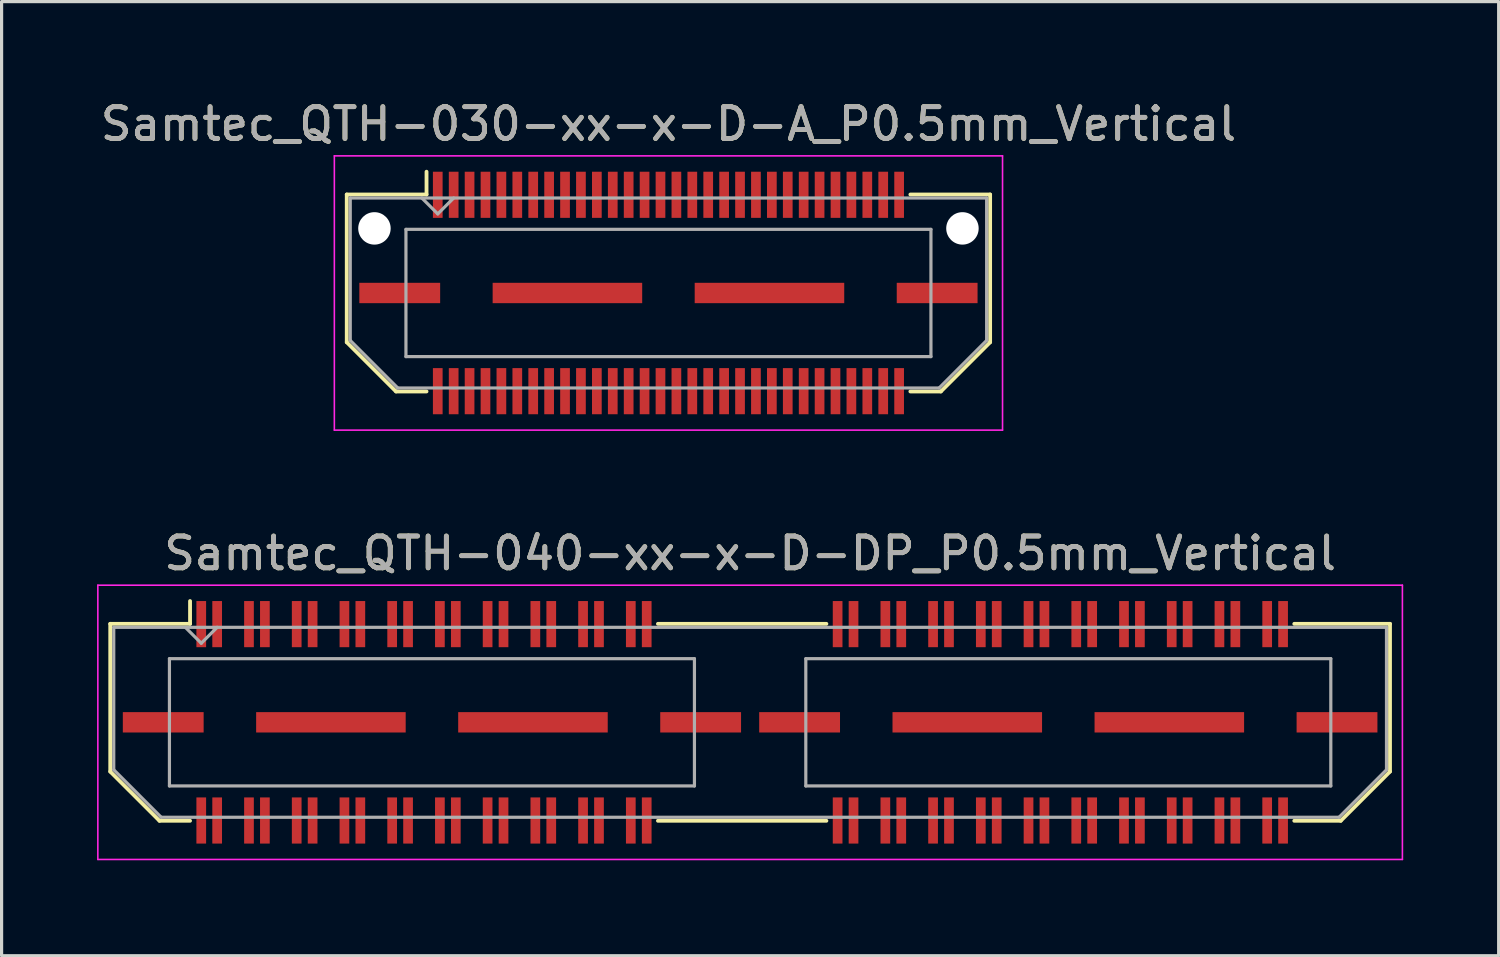
<source format=kicad_pcb>
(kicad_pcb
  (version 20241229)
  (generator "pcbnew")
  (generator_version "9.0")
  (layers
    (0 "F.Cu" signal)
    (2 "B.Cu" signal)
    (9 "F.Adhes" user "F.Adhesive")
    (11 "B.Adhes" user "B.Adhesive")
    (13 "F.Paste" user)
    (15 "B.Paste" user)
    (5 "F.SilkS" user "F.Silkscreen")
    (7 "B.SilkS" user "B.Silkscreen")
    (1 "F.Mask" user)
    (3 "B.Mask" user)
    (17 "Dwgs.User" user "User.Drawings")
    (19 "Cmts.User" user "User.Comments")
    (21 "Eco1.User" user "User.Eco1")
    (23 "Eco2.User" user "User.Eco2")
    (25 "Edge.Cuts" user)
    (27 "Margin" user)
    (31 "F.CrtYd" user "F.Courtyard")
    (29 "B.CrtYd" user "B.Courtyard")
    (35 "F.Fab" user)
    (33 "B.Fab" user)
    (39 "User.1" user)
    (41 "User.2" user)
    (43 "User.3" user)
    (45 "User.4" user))
  (footprint "Samtec_QTH-040-xx-x-D-DP_P0.5mm_Vertical"
    (layer "F.Cu")
    (at 20.525 19.651)
    (property "Reference" "Samtec_QTH-040-xx-x-D-DP_P0.5mm_Vertical" (at 0 -5.31 0) (layer "F.SilkS") (effects (font (size 1 1) (thickness 0.15))))
    (attr smd)
    (fp_line (start -20.11 -3.095) (end -20.11 1.548) (stroke (width 0.12) (type solid)) (layer "F.SilkS"))
    (fp_line (start -20.11 1.548) (end -18.562 3.095) (stroke (width 0.12) (type solid)) (layer "F.SilkS"))
    (fp_line (start -18.562 3.095) (end -17.602 3.095) (stroke (width 0.12) (type solid)) (layer "F.SilkS"))
    (fp_line (start -17.602 -3.811) (end -17.602 -3.095) (stroke (width 0.12) (type solid)) (layer "F.SilkS"))
    (fp_line (start -17.602 -3.095) (end -20.11 -3.095) (stroke (width 0.12) (type solid)) (layer "F.SilkS"))
    (fp_line (start -2.897 -3.095) (end 2.397 -3.095) (stroke (width 0.12) (type solid)) (layer "F.SilkS"))
    (fp_line (start -2.897 3.095) (end 2.397 3.095) (stroke (width 0.12) (type solid)) (layer "F.SilkS"))
    (fp_line (start 17.102 -3.095) (end 20.11 -3.095) (stroke (width 0.12) (type solid)) (layer "F.SilkS"))
    (fp_line (start 18.562 3.095) (end 17.102 3.095) (stroke (width 0.12) (type solid)) (layer "F.SilkS"))
    (fp_line (start 20.11 -3.095) (end 20.11 1.548) (stroke (width 0.12) (type solid)) (layer "F.SilkS"))
    (fp_line (start 20.11 1.548) (end 18.562 3.095) (stroke (width 0.12) (type solid)) (layer "F.SilkS"))
    (fp_line (start -20.5 -4.31) (end -20.5 4.31) (stroke (width 0.05) (type solid)) (layer "F.CrtYd"))
    (fp_line (start -20.5 4.31) (end 20.5 4.31) (stroke (width 0.05) (type solid)) (layer "F.CrtYd"))
    (fp_line (start 20.5 -4.31) (end -20.5 -4.31) (stroke (width 0.05) (type solid)) (layer "F.CrtYd"))
    (fp_line (start 20.5 4.31) (end 20.5 -4.31) (stroke (width 0.05) (type solid)) (layer "F.CrtYd"))
    (fp_line (start -20 -2.985) (end -20 1.492) (stroke (width 0.1) (type solid)) (layer "F.Fab"))
    (fp_line (start -20 -2.985) (end 20 -2.985) (stroke (width 0.1) (type solid)) (layer "F.Fab"))
    (fp_line (start -20 1.492) (end -18.508 2.985) (stroke (width 0.1) (type solid)) (layer "F.Fab"))
    (fp_line (start -18.508 2.985) (end 18.508 2.985) (stroke (width 0.1) (type solid)) (layer "F.Fab"))
    (fp_line (start -18.25 -2) (end -18.25 2) (stroke (width 0.1) (type solid)) (layer "F.Fab"))
    (fp_line (start -18.25 2) (end -1.75 2) (stroke (width 0.1) (type solid)) (layer "F.Fab"))
    (fp_line (start -17.25 -2.485) (end -17.75 -2.985) (stroke (width 0.1) (type solid)) (layer "F.Fab"))
    (fp_line (start -16.75 -2.985) (end -17.25 -2.485) (stroke (width 0.1) (type solid)) (layer "F.Fab"))
    (fp_line (start -1.75 -2) (end -18.25 -2) (stroke (width 0.1) (type solid)) (layer "F.Fab"))
    (fp_line (start -1.75 2) (end -1.75 -2) (stroke (width 0.1) (type solid)) (layer "F.Fab"))
    (fp_line (start 1.75 -2) (end 1.75 2) (stroke (width 0.1) (type solid)) (layer "F.Fab"))
    (fp_line (start 1.75 2) (end 18.25 2) (stroke (width 0.1) (type solid)) (layer "F.Fab"))
    (fp_line (start 18.25 -2) (end 1.75 -2) (stroke (width 0.1) (type solid)) (layer "F.Fab"))
    (fp_line (start 18.25 2) (end 18.25 -2) (stroke (width 0.1) (type solid)) (layer "F.Fab"))
    (fp_line (start 20 -2.985) (end 20 1.492) (stroke (width 0.1) (type solid)) (layer "F.Fab"))
    (fp_line (start 20 1.492) (end 18.508 2.985) (stroke (width 0.1) (type solid)) (layer "F.Fab"))
    (fp_text user "${REFERENCE}" (at 0 -5.31 0) (layer "F.Fab") (effects (font (size 1 1) (thickness 0.15))))
    (pad "1" smd rect (at -17.25 -3.086) (size 0.305 1.45) (layers "F.Cu" "F.Mask" "F.Paste"))
    (pad "2" smd rect (at -17.25 3.086) (size 0.305 1.45) (layers "F.Cu" "F.Mask" "F.Paste"))
    (pad "3" smd rect (at -16.75 -3.086) (size 0.305 1.45) (layers "F.Cu" "F.Mask" "F.Paste"))
    (pad "4" smd rect (at -16.75 3.086) (size 0.305 1.45) (layers "F.Cu" "F.Mask" "F.Paste"))
    (pad "5" smd rect (at -15.75 -3.086) (size 0.305 1.45) (layers "F.Cu" "F.Mask" "F.Paste"))
    (pad "6" smd rect (at -15.75 3.086) (size 0.305 1.45) (layers "F.Cu" "F.Mask" "F.Paste"))
    (pad "7" smd rect (at -15.25 -3.086) (size 0.305 1.45) (layers "F.Cu" "F.Mask" "F.Paste"))
    (pad "8" smd rect (at -15.25 3.086) (size 0.305 1.45) (layers "F.Cu" "F.Mask" "F.Paste"))
    (pad "9" smd rect (at -14.25 -3.086) (size 0.305 1.45) (layers "F.Cu" "F.Mask" "F.Paste"))
    (pad "10" smd rect (at -14.25 3.086) (size 0.305 1.45) (layers "F.Cu" "F.Mask" "F.Paste"))
    (pad "11" smd rect (at -13.75 -3.086) (size 0.305 1.45) (layers "F.Cu" "F.Mask" "F.Paste"))
    (pad "12" smd rect (at -13.75 3.086) (size 0.305 1.45) (layers "F.Cu" "F.Mask" "F.Paste"))
    (pad "13" smd rect (at -12.75 -3.086) (size 0.305 1.45) (layers "F.Cu" "F.Mask" "F.Paste"))
    (pad "14" smd rect (at -12.75 3.086) (size 0.305 1.45) (layers "F.Cu" "F.Mask" "F.Paste"))
    (pad "15" smd rect (at -12.25 -3.086) (size 0.305 1.45) (layers "F.Cu" "F.Mask" "F.Paste"))
    (pad "16" smd rect (at -12.25 3.086) (size 0.305 1.45) (layers "F.Cu" "F.Mask" "F.Paste"))
    (pad "17" smd rect (at -11.25 -3.086) (size 0.305 1.45) (layers "F.Cu" "F.Mask" "F.Paste"))
    (pad "18" smd rect (at -11.25 3.086) (size 0.305 1.45) (layers "F.Cu" "F.Mask" "F.Paste"))
    (pad "19" smd rect (at -10.75 -3.086) (size 0.305 1.45) (layers "F.Cu" "F.Mask" "F.Paste"))
    (pad "20" smd rect (at -10.75 3.086) (size 0.305 1.45) (layers "F.Cu" "F.Mask" "F.Paste"))
    (pad "21" smd rect (at -9.75 -3.086) (size 0.305 1.45) (layers "F.Cu" "F.Mask" "F.Paste"))
    (pad "22" smd rect (at -9.75 3.086) (size 0.305 1.45) (layers "F.Cu" "F.Mask" "F.Paste"))
    (pad "23" smd rect (at -9.25 -3.086) (size 0.305 1.45) (layers "F.Cu" "F.Mask" "F.Paste"))
    (pad "24" smd rect (at -9.25 3.086) (size 0.305 1.45) (layers "F.Cu" "F.Mask" "F.Paste"))
    (pad "25" smd rect (at -8.25 -3.086) (size 0.305 1.45) (layers "F.Cu" "F.Mask" "F.Paste"))
    (pad "26" smd rect (at -8.25 3.086) (size 0.305 1.45) (layers "F.Cu" "F.Mask" "F.Paste"))
    (pad "27" smd rect (at -7.75 -3.086) (size 0.305 1.45) (layers "F.Cu" "F.Mask" "F.Paste"))
    (pad "28" smd rect (at -7.75 3.086) (size 0.305 1.45) (layers "F.Cu" "F.Mask" "F.Paste"))
    (pad "29" smd rect (at -6.75 -3.086) (size 0.305 1.45) (layers "F.Cu" "F.Mask" "F.Paste"))
    (pad "30" smd rect (at -6.75 3.086) (size 0.305 1.45) (layers "F.Cu" "F.Mask" "F.Paste"))
    (pad "31" smd rect (at -6.25 -3.086) (size 0.305 1.45) (layers "F.Cu" "F.Mask" "F.Paste"))
    (pad "32" smd rect (at -6.25 3.086) (size 0.305 1.45) (layers "F.Cu" "F.Mask" "F.Paste"))
    (pad "33" smd rect (at -5.25 -3.086) (size 0.305 1.45) (layers "F.Cu" "F.Mask" "F.Paste"))
    (pad "34" smd rect (at -5.25 3.086) (size 0.305 1.45) (layers "F.Cu" "F.Mask" "F.Paste"))
    (pad "35" smd rect (at -4.75 -3.086) (size 0.305 1.45) (layers "F.Cu" "F.Mask" "F.Paste"))
    (pad "36" smd rect (at -4.75 3.086) (size 0.305 1.45) (layers "F.Cu" "F.Mask" "F.Paste"))
    (pad "37" smd rect (at -3.75 -3.086) (size 0.305 1.45) (layers "F.Cu" "F.Mask" "F.Paste"))
    (pad "38" smd rect (at -3.75 3.086) (size 0.305 1.45) (layers "F.Cu" "F.Mask" "F.Paste"))
    (pad "39" smd rect (at -3.25 -3.086) (size 0.305 1.45) (layers "F.Cu" "F.Mask" "F.Paste"))
    (pad "40" smd rect (at -3.25 3.086) (size 0.305 1.45) (layers "F.Cu" "F.Mask" "F.Paste"))
    (pad "41" smd rect (at 2.75 -3.086) (size 0.305 1.45) (layers "F.Cu" "F.Mask" "F.Paste"))
    (pad "42" smd rect (at 2.75 3.086) (size 0.305 1.45) (layers "F.Cu" "F.Mask" "F.Paste"))
    (pad "43" smd rect (at 3.25 -3.086) (size 0.305 1.45) (layers "F.Cu" "F.Mask" "F.Paste"))
    (pad "44" smd rect (at 3.25 3.086) (size 0.305 1.45) (layers "F.Cu" "F.Mask" "F.Paste"))
    (pad "45" smd rect (at 4.25 -3.086) (size 0.305 1.45) (layers "F.Cu" "F.Mask" "F.Paste"))
    (pad "46" smd rect (at 4.25 3.086) (size 0.305 1.45) (layers "F.Cu" "F.Mask" "F.Paste"))
    (pad "47" smd rect (at 4.75 -3.086) (size 0.305 1.45) (layers "F.Cu" "F.Mask" "F.Paste"))
    (pad "48" smd rect (at 4.75 3.086) (size 0.305 1.45) (layers "F.Cu" "F.Mask" "F.Paste"))
    (pad "49" smd rect (at 5.75 -3.086) (size 0.305 1.45) (layers "F.Cu" "F.Mask" "F.Paste"))
    (pad "50" smd rect (at 5.75 3.086) (size 0.305 1.45) (layers "F.Cu" "F.Mask" "F.Paste"))
    (pad "51" smd rect (at 6.25 -3.086) (size 0.305 1.45) (layers "F.Cu" "F.Mask" "F.Paste"))
    (pad "52" smd rect (at 6.25 3.086) (size 0.305 1.45) (layers "F.Cu" "F.Mask" "F.Paste"))
    (pad "53" smd rect (at 7.25 -3.086) (size 0.305 1.45) (layers "F.Cu" "F.Mask" "F.Paste"))
    (pad "54" smd rect (at 7.25 3.086) (size 0.305 1.45) (layers "F.Cu" "F.Mask" "F.Paste"))
    (pad "55" smd rect (at 7.75 -3.086) (size 0.305 1.45) (layers "F.Cu" "F.Mask" "F.Paste"))
    (pad "56" smd rect (at 7.75 3.086) (size 0.305 1.45) (layers "F.Cu" "F.Mask" "F.Paste"))
    (pad "57" smd rect (at 8.75 -3.086) (size 0.305 1.45) (layers "F.Cu" "F.Mask" "F.Paste"))
    (pad "58" smd rect (at 8.75 3.086) (size 0.305 1.45) (layers "F.Cu" "F.Mask" "F.Paste"))
    (pad "59" smd rect (at 9.25 -3.086) (size 0.305 1.45) (layers "F.Cu" "F.Mask" "F.Paste"))
    (pad "60" smd rect (at 9.25 3.086) (size 0.305 1.45) (layers "F.Cu" "F.Mask" "F.Paste"))
    (pad "61" smd rect (at 10.25 -3.086) (size 0.305 1.45) (layers "F.Cu" "F.Mask" "F.Paste"))
    (pad "62" smd rect (at 10.25 3.086) (size 0.305 1.45) (layers "F.Cu" "F.Mask" "F.Paste"))
    (pad "63" smd rect (at 10.75 -3.086) (size 0.305 1.45) (layers "F.Cu" "F.Mask" "F.Paste"))
    (pad "64" smd rect (at 10.75 3.086) (size 0.305 1.45) (layers "F.Cu" "F.Mask" "F.Paste"))
    (pad "65" smd rect (at 11.75 -3.086) (size 0.305 1.45) (layers "F.Cu" "F.Mask" "F.Paste"))
    (pad "66" smd rect (at 11.75 3.086) (size 0.305 1.45) (layers "F.Cu" "F.Mask" "F.Paste"))
    (pad "67" smd rect (at 12.25 -3.086) (size 0.305 1.45) (layers "F.Cu" "F.Mask" "F.Paste"))
    (pad "68" smd rect (at 12.25 3.086) (size 0.305 1.45) (layers "F.Cu" "F.Mask" "F.Paste"))
    (pad "69" smd rect (at 13.25 -3.086) (size 0.305 1.45) (layers "F.Cu" "F.Mask" "F.Paste"))
    (pad "70" smd rect (at 13.25 3.086) (size 0.305 1.45) (layers "F.Cu" "F.Mask" "F.Paste"))
    (pad "71" smd rect (at 13.75 -3.086) (size 0.305 1.45) (layers "F.Cu" "F.Mask" "F.Paste"))
    (pad "72" smd rect (at 13.75 3.086) (size 0.305 1.45) (layers "F.Cu" "F.Mask" "F.Paste"))
    (pad "73" smd rect (at 14.75 -3.086) (size 0.305 1.45) (layers "F.Cu" "F.Mask" "F.Paste"))
    (pad "74" smd rect (at 14.75 3.086) (size 0.305 1.45) (layers "F.Cu" "F.Mask" "F.Paste"))
    (pad "75" smd rect (at 15.25 -3.086) (size 0.305 1.45) (layers "F.Cu" "F.Mask" "F.Paste"))
    (pad "76" smd rect (at 15.25 3.086) (size 0.305 1.45) (layers "F.Cu" "F.Mask" "F.Paste"))
    (pad "77" smd rect (at 16.25 -3.086) (size 0.305 1.45) (layers "F.Cu" "F.Mask" "F.Paste"))
    (pad "78" smd rect (at 16.25 3.086) (size 0.305 1.45) (layers "F.Cu" "F.Mask" "F.Paste"))
    (pad "79" smd rect (at 16.75 -3.086) (size 0.305 1.45) (layers "F.Cu" "F.Mask" "F.Paste"))
    (pad "80" smd rect (at 16.75 3.086) (size 0.305 1.45) (layers "F.Cu" "F.Mask" "F.Paste"))
    (pad "P1" smd rect (at -18.445 0) (size 2.54 0.64) (layers "F.Cu" "F.Mask" "F.Paste"))
    (pad "P1" smd rect (at -13.175 0) (size 4.7 0.64) (layers "F.Cu" "F.Mask" "F.Paste"))
    (pad "P1" smd rect (at -6.825 0) (size 4.7 0.64) (layers "F.Cu" "F.Mask" "F.Paste"))
    (pad "P1" smd rect (at -1.555 0) (size 2.54 0.64) (layers "F.Cu" "F.Mask" "F.Paste"))
    (pad "P2" smd rect (at 1.555 0) (size 2.54 0.64) (layers "F.Cu" "F.Mask" "F.Paste"))
    (pad "P2" smd rect (at 6.825 0) (size 4.7 0.64) (layers "F.Cu" "F.Mask" "F.Paste"))
    (pad "P2" smd rect (at 13.175 0) (size 4.7 0.64) (layers "F.Cu" "F.Mask" "F.Paste"))
    (pad "P2" smd rect (at 18.445 0) (size 2.54 0.64) (layers "F.Cu" "F.Mask" "F.Paste")))
  (footprint "Samtec_QTH-030-xx-x-D-A_P0.5mm_Vertical"
    (layer "F.Cu")
    (at 17.958 6.158)
    (property "Reference" "Samtec_QTH-030-xx-x-D-A_P0.5mm_Vertical" (at 0 -5.31 0) (layer "F.SilkS") (effects (font (size 1 1) (thickness 0.15))))
    (attr smd)
    (fp_line (start -10.11 -3.095) (end -10.11 1.548) (stroke (width 0.12) (type solid)) (layer "F.SilkS"))
    (fp_line (start -10.11 1.548) (end -8.562 3.095) (stroke (width 0.12) (type solid)) (layer "F.SilkS"))
    (fp_line (start -8.562 3.095) (end -7.603 3.095) (stroke (width 0.12) (type solid)) (layer "F.SilkS"))
    (fp_line (start -7.603 -3.811) (end -7.603 -3.095) (stroke (width 0.12) (type solid)) (layer "F.SilkS"))
    (fp_line (start -7.603 -3.095) (end -10.11 -3.095) (stroke (width 0.12) (type solid)) (layer "F.SilkS"))
    (fp_line (start 7.603 -3.095) (end 10.11 -3.095) (stroke (width 0.12) (type solid)) (layer "F.SilkS"))
    (fp_line (start 8.562 3.095) (end 7.603 3.095) (stroke (width 0.12) (type solid)) (layer "F.SilkS"))
    (fp_line (start 10.11 -3.095) (end 10.11 1.548) (stroke (width 0.12) (type solid)) (layer "F.SilkS"))
    (fp_line (start 10.11 1.548) (end 8.562 3.095) (stroke (width 0.12) (type solid)) (layer "F.SilkS"))
    (fp_line (start -10.5 -4.31) (end -10.5 4.31) (stroke (width 0.05) (type solid)) (layer "F.CrtYd"))
    (fp_line (start -10.5 4.31) (end 10.5 4.31) (stroke (width 0.05) (type solid)) (layer "F.CrtYd"))
    (fp_line (start 10.5 -4.31) (end -10.5 -4.31) (stroke (width 0.05) (type solid)) (layer "F.CrtYd"))
    (fp_line (start 10.5 4.31) (end 10.5 -4.31) (stroke (width 0.05) (type solid)) (layer "F.CrtYd"))
    (fp_line (start -10 -2.985) (end -10 1.492) (stroke (width 0.1) (type solid)) (layer "F.Fab"))
    (fp_line (start -10 -2.985) (end 10 -2.985) (stroke (width 0.1) (type solid)) (layer "F.Fab"))
    (fp_line (start -10 1.492) (end -8.508 2.985) (stroke (width 0.1) (type solid)) (layer "F.Fab"))
    (fp_line (start -8.508 2.985) (end 8.508 2.985) (stroke (width 0.1) (type solid)) (layer "F.Fab"))
    (fp_line (start -8.25 -2) (end -8.25 2) (stroke (width 0.1) (type solid)) (layer "F.Fab"))
    (fp_line (start -8.25 2) (end 8.25 2) (stroke (width 0.1) (type solid)) (layer "F.Fab"))
    (fp_line (start -7.25 -2.485) (end -7.75 -2.985) (stroke (width 0.1) (type solid)) (layer "F.Fab"))
    (fp_line (start -6.75 -2.985) (end -7.25 -2.485) (stroke (width 0.1) (type solid)) (layer "F.Fab"))
    (fp_line (start 8.25 -2) (end -8.25 -2) (stroke (width 0.1) (type solid)) (layer "F.Fab"))
    (fp_line (start 8.25 2) (end 8.25 -2) (stroke (width 0.1) (type solid)) (layer "F.Fab"))
    (fp_line (start 10 -2.985) (end 10 1.492) (stroke (width 0.1) (type solid)) (layer "F.Fab"))
    (fp_line (start 10 1.492) (end 8.508 2.985) (stroke (width 0.1) (type solid)) (layer "F.Fab"))
    (fp_text user "${REFERENCE}" (at 0 -5.31 0) (layer "F.Fab") (effects (font (size 1 1) (thickness 0.15))))
    (pad "" np_thru_hole circle (at -9.24 -2.03) (size 1.02 1.02) (drill 1.02) (layers "*.Cu" "*.Mask"))
    (pad "" np_thru_hole circle (at 9.24 -2.03) (size 1.02 1.02) (drill 1.02) (layers "*.Cu" "*.Mask"))
    (pad "1" smd rect (at -7.25 -3.086) (size 0.305 1.45) (layers "F.Cu" "F.Mask" "F.Paste"))
    (pad "2" smd rect (at -7.25 3.086) (size 0.305 1.45) (layers "F.Cu" "F.Mask" "F.Paste"))
    (pad "3" smd rect (at -6.75 -3.086) (size 0.305 1.45) (layers "F.Cu" "F.Mask" "F.Paste"))
    (pad "4" smd rect (at -6.75 3.086) (size 0.305 1.45) (layers "F.Cu" "F.Mask" "F.Paste"))
    (pad "5" smd rect (at -6.25 -3.086) (size 0.305 1.45) (layers "F.Cu" "F.Mask" "F.Paste"))
    (pad "6" smd rect (at -6.25 3.086) (size 0.305 1.45) (layers "F.Cu" "F.Mask" "F.Paste"))
    (pad "7" smd rect (at -5.75 -3.086) (size 0.305 1.45) (layers "F.Cu" "F.Mask" "F.Paste"))
    (pad "8" smd rect (at -5.75 3.086) (size 0.305 1.45) (layers "F.Cu" "F.Mask" "F.Paste"))
    (pad "9" smd rect (at -5.25 -3.086) (size 0.305 1.45) (layers "F.Cu" "F.Mask" "F.Paste"))
    (pad "10" smd rect (at -5.25 3.086) (size 0.305 1.45) (layers "F.Cu" "F.Mask" "F.Paste"))
    (pad "11" smd rect (at -4.75 -3.086) (size 0.305 1.45) (layers "F.Cu" "F.Mask" "F.Paste"))
    (pad "12" smd rect (at -4.75 3.086) (size 0.305 1.45) (layers "F.Cu" "F.Mask" "F.Paste"))
    (pad "13" smd rect (at -4.25 -3.086) (size 0.305 1.45) (layers "F.Cu" "F.Mask" "F.Paste"))
    (pad "14" smd rect (at -4.25 3.086) (size 0.305 1.45) (layers "F.Cu" "F.Mask" "F.Paste"))
    (pad "15" smd rect (at -3.75 -3.086) (size 0.305 1.45) (layers "F.Cu" "F.Mask" "F.Paste"))
    (pad "16" smd rect (at -3.75 3.086) (size 0.305 1.45) (layers "F.Cu" "F.Mask" "F.Paste"))
    (pad "17" smd rect (at -3.25 -3.086) (size 0.305 1.45) (layers "F.Cu" "F.Mask" "F.Paste"))
    (pad "18" smd rect (at -3.25 3.086) (size 0.305 1.45) (layers "F.Cu" "F.Mask" "F.Paste"))
    (pad "19" smd rect (at -2.75 -3.086) (size 0.305 1.45) (layers "F.Cu" "F.Mask" "F.Paste"))
    (pad "20" smd rect (at -2.75 3.086) (size 0.305 1.45) (layers "F.Cu" "F.Mask" "F.Paste"))
    (pad "21" smd rect (at -2.25 -3.086) (size 0.305 1.45) (layers "F.Cu" "F.Mask" "F.Paste"))
    (pad "22" smd rect (at -2.25 3.086) (size 0.305 1.45) (layers "F.Cu" "F.Mask" "F.Paste"))
    (pad "23" smd rect (at -1.75 -3.086) (size 0.305 1.45) (layers "F.Cu" "F.Mask" "F.Paste"))
    (pad "24" smd rect (at -1.75 3.086) (size 0.305 1.45) (layers "F.Cu" "F.Mask" "F.Paste"))
    (pad "25" smd rect (at -1.25 -3.086) (size 0.305 1.45) (layers "F.Cu" "F.Mask" "F.Paste"))
    (pad "26" smd rect (at -1.25 3.086) (size 0.305 1.45) (layers "F.Cu" "F.Mask" "F.Paste"))
    (pad "27" smd rect (at -0.75 -3.086) (size 0.305 1.45) (layers "F.Cu" "F.Mask" "F.Paste"))
    (pad "28" smd rect (at -0.75 3.086) (size 0.305 1.45) (layers "F.Cu" "F.Mask" "F.Paste"))
    (pad "29" smd rect (at -0.25 -3.086) (size 0.305 1.45) (layers "F.Cu" "F.Mask" "F.Paste"))
    (pad "30" smd rect (at -0.25 3.086) (size 0.305 1.45) (layers "F.Cu" "F.Mask" "F.Paste"))
    (pad "31" smd rect (at 0.25 -3.086) (size 0.305 1.45) (layers "F.Cu" "F.Mask" "F.Paste"))
    (pad "32" smd rect (at 0.25 3.086) (size 0.305 1.45) (layers "F.Cu" "F.Mask" "F.Paste"))
    (pad "33" smd rect (at 0.75 -3.086) (size 0.305 1.45) (layers "F.Cu" "F.Mask" "F.Paste"))
    (pad "34" smd rect (at 0.75 3.086) (size 0.305 1.45) (layers "F.Cu" "F.Mask" "F.Paste"))
    (pad "35" smd rect (at 1.25 -3.086) (size 0.305 1.45) (layers "F.Cu" "F.Mask" "F.Paste"))
    (pad "36" smd rect (at 1.25 3.086) (size 0.305 1.45) (layers "F.Cu" "F.Mask" "F.Paste"))
    (pad "37" smd rect (at 1.75 -3.086) (size 0.305 1.45) (layers "F.Cu" "F.Mask" "F.Paste"))
    (pad "38" smd rect (at 1.75 3.086) (size 0.305 1.45) (layers "F.Cu" "F.Mask" "F.Paste"))
    (pad "39" smd rect (at 2.25 -3.086) (size 0.305 1.45) (layers "F.Cu" "F.Mask" "F.Paste"))
    (pad "40" smd rect (at 2.25 3.086) (size 0.305 1.45) (layers "F.Cu" "F.Mask" "F.Paste"))
    (pad "41" smd rect (at 2.75 -3.086) (size 0.305 1.45) (layers "F.Cu" "F.Mask" "F.Paste"))
    (pad "42" smd rect (at 2.75 3.086) (size 0.305 1.45) (layers "F.Cu" "F.Mask" "F.Paste"))
    (pad "43" smd rect (at 3.25 -3.086) (size 0.305 1.45) (layers "F.Cu" "F.Mask" "F.Paste"))
    (pad "44" smd rect (at 3.25 3.086) (size 0.305 1.45) (layers "F.Cu" "F.Mask" "F.Paste"))
    (pad "45" smd rect (at 3.75 -3.086) (size 0.305 1.45) (layers "F.Cu" "F.Mask" "F.Paste"))
    (pad "46" smd rect (at 3.75 3.086) (size 0.305 1.45) (layers "F.Cu" "F.Mask" "F.Paste"))
    (pad "47" smd rect (at 4.25 -3.086) (size 0.305 1.45) (layers "F.Cu" "F.Mask" "F.Paste"))
    (pad "48" smd rect (at 4.25 3.086) (size 0.305 1.45) (layers "F.Cu" "F.Mask" "F.Paste"))
    (pad "49" smd rect (at 4.75 -3.086) (size 0.305 1.45) (layers "F.Cu" "F.Mask" "F.Paste"))
    (pad "50" smd rect (at 4.75 3.086) (size 0.305 1.45) (layers "F.Cu" "F.Mask" "F.Paste"))
    (pad "51" smd rect (at 5.25 -3.086) (size 0.305 1.45) (layers "F.Cu" "F.Mask" "F.Paste"))
    (pad "52" smd rect (at 5.25 3.086) (size 0.305 1.45) (layers "F.Cu" "F.Mask" "F.Paste"))
    (pad "53" smd rect (at 5.75 -3.086) (size 0.305 1.45) (layers "F.Cu" "F.Mask" "F.Paste"))
    (pad "54" smd rect (at 5.75 3.086) (size 0.305 1.45) (layers "F.Cu" "F.Mask" "F.Paste"))
    (pad "55" smd rect (at 6.25 -3.086) (size 0.305 1.45) (layers "F.Cu" "F.Mask" "F.Paste"))
    (pad "56" smd rect (at 6.25 3.086) (size 0.305 1.45) (layers "F.Cu" "F.Mask" "F.Paste"))
    (pad "57" smd rect (at 6.75 -3.086) (size 0.305 1.45) (layers "F.Cu" "F.Mask" "F.Paste"))
    (pad "58" smd rect (at 6.75 3.086) (size 0.305 1.45) (layers "F.Cu" "F.Mask" "F.Paste"))
    (pad "59" smd rect (at 7.25 -3.086) (size 0.305 1.45) (layers "F.Cu" "F.Mask" "F.Paste"))
    (pad "60" smd rect (at 7.25 3.086) (size 0.305 1.45) (layers "F.Cu" "F.Mask" "F.Paste"))
    (pad "P1" smd rect (at -8.445 0) (size 2.54 0.64) (layers "F.Cu" "F.Mask" "F.Paste"))
    (pad "P1" smd rect (at -3.175 0) (size 4.7 0.64) (layers "F.Cu" "F.Mask" "F.Paste"))
    (pad "P1" smd rect (at 3.175 0) (size 4.7 0.64) (layers "F.Cu" "F.Mask" "F.Paste"))
    (pad "P1" smd rect (at 8.445 0) (size 2.54 0.64) (layers "F.Cu" "F.Mask" "F.Paste")))
  (gr_rect
    (start -3 -3)
    (end 44.05 26.986)
    (stroke (width 0.1) (type default))
    (fill no)
    (layer "Edge.Cuts")))
</source>
